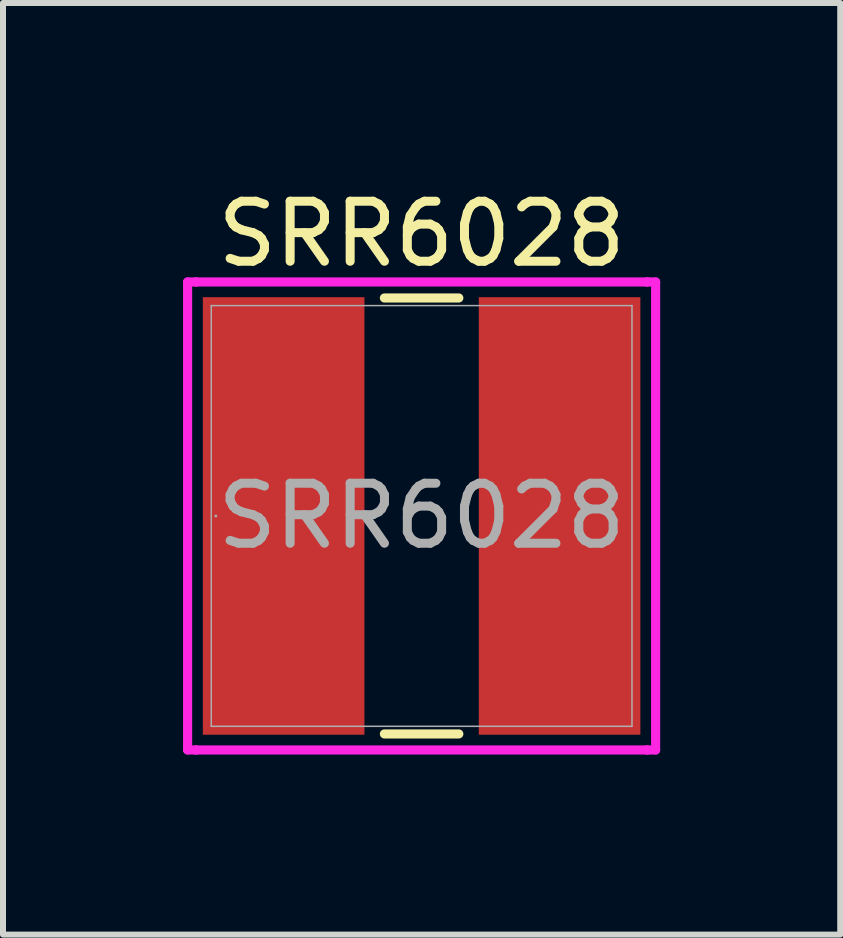
<source format=kicad_pcb>
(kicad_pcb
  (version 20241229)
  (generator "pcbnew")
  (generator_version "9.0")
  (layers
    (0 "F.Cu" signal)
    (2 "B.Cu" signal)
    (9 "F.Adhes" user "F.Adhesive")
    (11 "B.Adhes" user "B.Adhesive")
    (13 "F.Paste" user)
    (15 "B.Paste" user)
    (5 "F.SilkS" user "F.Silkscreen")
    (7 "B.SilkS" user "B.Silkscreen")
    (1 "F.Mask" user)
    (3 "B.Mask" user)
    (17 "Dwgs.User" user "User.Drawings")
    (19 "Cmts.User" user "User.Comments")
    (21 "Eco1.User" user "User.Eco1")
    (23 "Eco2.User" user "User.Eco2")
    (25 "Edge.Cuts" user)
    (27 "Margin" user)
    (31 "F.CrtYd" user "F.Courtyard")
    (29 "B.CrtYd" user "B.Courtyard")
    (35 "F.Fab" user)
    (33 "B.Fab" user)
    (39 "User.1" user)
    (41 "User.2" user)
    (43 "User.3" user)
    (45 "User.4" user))
  (footprint "SRR6028"
    (layer "F.Cu")
    (at 3.975 5.547)
    (property "Reference" "SRR6028" (at 0 -4.699 0) (unlocked yes) (layer "F.SilkS") (effects (font (size 1 1) (thickness 0.15))))
    (attr smd)
    (fp_line (start -0.62 3.632) (end 0.62 3.632) (stroke (width 0.152) (type solid)) (layer "F.SilkS"))
    (fp_line (start 0.62 -3.632) (end -0.62 -3.632) (stroke (width 0.152) (type solid)) (layer "F.SilkS"))
    (fp_line (start -3.899 -3.899) (end -3.759 -3.899) (stroke (width 0.152) (type solid)) (layer "F.CrtYd"))
    (fp_line (start -3.899 3.899) (end -3.899 -3.899) (stroke (width 0.152) (type solid)) (layer "F.CrtYd"))
    (fp_line (start -3.759 -3.899) (end -3.759 -3.899) (stroke (width 0.152) (type solid)) (layer "F.CrtYd"))
    (fp_line (start -3.759 -3.899) (end 3.759 -3.899) (stroke (width 0.152) (type solid)) (layer "F.CrtYd"))
    (fp_line (start -3.759 3.899) (end -3.899 3.899) (stroke (width 0.152) (type solid)) (layer "F.CrtYd"))
    (fp_line (start -3.759 3.899) (end -3.759 3.899) (stroke (width 0.152) (type solid)) (layer "F.CrtYd"))
    (fp_line (start 3.759 -3.899) (end 3.759 -3.899) (stroke (width 0.152) (type solid)) (layer "F.CrtYd"))
    (fp_line (start 3.759 -3.899) (end 3.899 -3.899) (stroke (width 0.152) (type solid)) (layer "F.CrtYd"))
    (fp_line (start 3.759 3.899) (end -3.759 3.899) (stroke (width 0.152) (type solid)) (layer "F.CrtYd"))
    (fp_line (start 3.759 3.899) (end 3.759 3.899) (stroke (width 0.152) (type solid)) (layer "F.CrtYd"))
    (fp_line (start 3.899 -3.899) (end 3.899 3.899) (stroke (width 0.152) (type solid)) (layer "F.CrtYd"))
    (fp_line (start 3.899 3.899) (end 3.759 3.899) (stroke (width 0.152) (type solid)) (layer "F.CrtYd"))
    (fp_line (start -3.505 -3.505) (end -3.505 3.505) (stroke (width 0.025) (type solid)) (layer "F.Fab"))
    (fp_line (start -3.505 3.505) (end 3.505 3.505) (stroke (width 0.025) (type solid)) (layer "F.Fab"))
    (fp_line (start 3.505 -3.505) (end -3.505 -3.505) (stroke (width 0.025) (type solid)) (layer "F.Fab"))
    (fp_line (start 3.505 3.505) (end 3.505 -3.505) (stroke (width 0.025) (type solid)) (layer "F.Fab"))
    (fp_circle (center -3.429 0) (end -3.429 0) (stroke (width 0.025) (type solid)) (fill no) (layer "F.Fab"))
    (fp_text user "${REFERENCE}" (at 0 0 0) (unlocked yes) (layer "F.Fab") (effects (font (size 1 1) (thickness 0.15))))
    (pad "1" smd rect (at -2.299 0) (size 2.692 7.29) (layers "F.Cu" "F.Mask" "F.Paste"))
    (pad "2" smd rect (at 2.299 0) (size 2.692 7.29) (layers "F.Cu" "F.Mask" "F.Paste"))
    (zone (net_name "") (layer "F.Cu") (hatch full 0.508) (connect_pads) (min_thickness 0.254) (filled_areas_thickness no) (keepout (tracks not_allowed) (vias not_allowed) (pads allowed) (copperpour not_allowed) (footprints allowed)) (placement (enabled no)) (fill) (polygon (pts (xy 3.073 1.953) (xy 4.877 1.953) (xy 4.877 9.141) (xy 3.073 9.141)))))
  (gr_rect
    (start -3 -3)
    (end 10.95 12.522)
    (stroke (width 0.1) (type default))
    (fill no)
    (layer "Edge.Cuts")))
</source>
